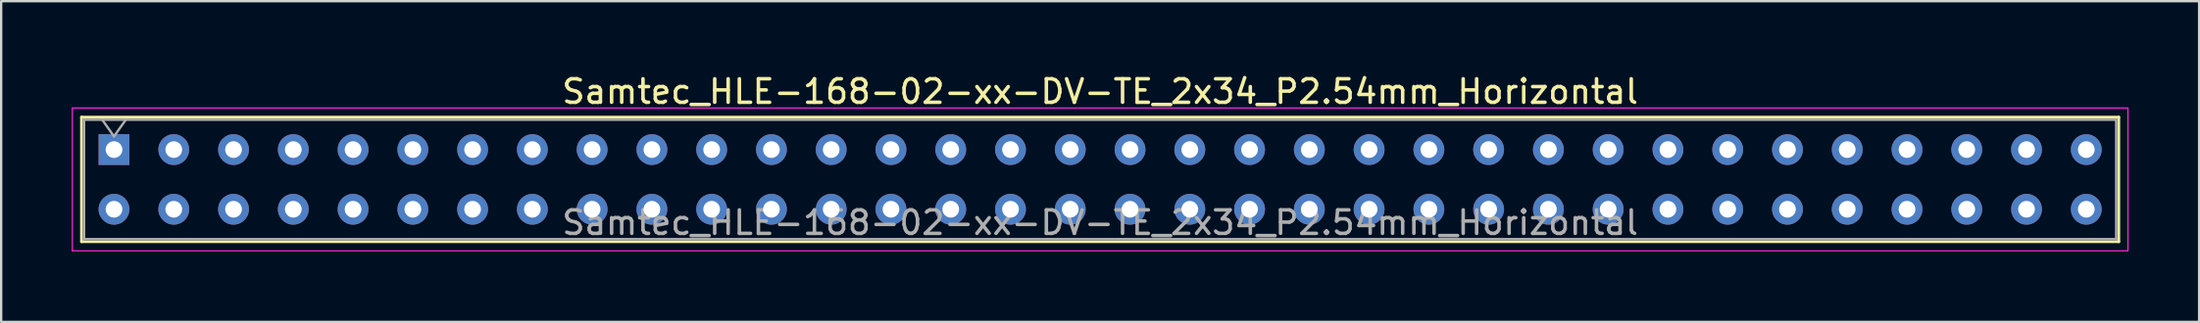
<source format=kicad_pcb>
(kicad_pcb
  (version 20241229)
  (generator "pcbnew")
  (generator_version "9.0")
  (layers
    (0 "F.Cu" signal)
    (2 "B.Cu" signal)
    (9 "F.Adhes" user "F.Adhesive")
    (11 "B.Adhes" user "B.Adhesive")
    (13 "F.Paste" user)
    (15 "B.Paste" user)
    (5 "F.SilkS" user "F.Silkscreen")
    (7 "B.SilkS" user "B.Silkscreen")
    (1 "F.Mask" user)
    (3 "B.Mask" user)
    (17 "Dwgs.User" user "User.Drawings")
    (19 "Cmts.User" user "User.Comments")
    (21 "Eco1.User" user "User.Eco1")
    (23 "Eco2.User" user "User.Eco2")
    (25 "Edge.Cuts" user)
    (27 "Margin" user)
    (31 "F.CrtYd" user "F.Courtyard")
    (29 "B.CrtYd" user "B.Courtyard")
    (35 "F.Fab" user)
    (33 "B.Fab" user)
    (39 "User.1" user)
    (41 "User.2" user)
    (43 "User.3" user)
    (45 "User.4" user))
  (footprint "Samtec_HLE-168-02-xx-DV-TE_2x34_P2.54mm_Horizontal"
    (layer "F.Cu")
    (at 1.795 3.318)
    (property "Reference" "Samtec_HLE-168-02-xx-DV-TE_2x34_P2.54mm_Horizontal" (at 41.91 -2.47 0) (layer "F.SilkS") (effects (font (size 1 1) (thickness 0.15))))
    (attr through_hole)
    (fp_line (start -1.38 -1.38) (end 85.2 -1.38) (stroke (width 0.12) (type solid)) (layer "F.SilkS"))
    (fp_line (start -1.38 3.92) (end -1.38 -1.38) (stroke (width 0.12) (type solid)) (layer "F.SilkS"))
    (fp_line (start 85.2 -1.38) (end 85.2 3.92) (stroke (width 0.12) (type solid)) (layer "F.SilkS"))
    (fp_line (start 85.2 3.92) (end -1.38 3.92) (stroke (width 0.12) (type solid)) (layer "F.SilkS"))
    (fp_line (start -1.77 -1.77) (end 85.59 -1.77) (stroke (width 0.05) (type solid)) (layer "F.CrtYd"))
    (fp_line (start -1.77 4.31) (end -1.77 -1.77) (stroke (width 0.05) (type solid)) (layer "F.CrtYd"))
    (fp_line (start 85.59 -1.77) (end 85.59 4.31) (stroke (width 0.05) (type solid)) (layer "F.CrtYd"))
    (fp_line (start 85.59 4.31) (end -1.77 4.31) (stroke (width 0.05) (type solid)) (layer "F.CrtYd"))
    (fp_line (start -1.27 -1.27) (end 85.09 -1.27) (stroke (width 0.1) (type solid)) (layer "F.Fab"))
    (fp_line (start -1.27 3.81) (end -1.27 -1.27) (stroke (width 0.1) (type solid)) (layer "F.Fab"))
    (fp_line (start -0.5 -1.27) (end 0 -0.563) (stroke (width 0.1) (type solid)) (layer "F.Fab"))
    (fp_line (start 0 -0.563) (end 0.5 -1.27) (stroke (width 0.1) (type solid)) (layer "F.Fab"))
    (fp_line (start 85.09 -1.27) (end 85.09 3.81) (stroke (width 0.1) (type solid)) (layer "F.Fab"))
    (fp_line (start 85.09 3.81) (end -1.27 3.81) (stroke (width 0.1) (type solid)) (layer "F.Fab"))
    (fp_text user "${REFERENCE}" (at 41.91 3.11 0) (layer "F.Fab") (effects (font (size 1 1) (thickness 0.15))))
    (pad "1" thru_hole rect (at 0 0) (size 1.31 1.31) (drill 0.71) (layers "*.Cu" "*.Mask"))
    (pad "2" thru_hole circle (at 0 2.54) (size 1.31 1.31) (drill 0.71) (layers "*.Cu" "*.Mask"))
    (pad "3" thru_hole circle (at 2.54 0) (size 1.31 1.31) (drill 0.71) (layers "*.Cu" "*.Mask"))
    (pad "4" thru_hole circle (at 2.54 2.54) (size 1.31 1.31) (drill 0.71) (layers "*.Cu" "*.Mask"))
    (pad "5" thru_hole circle (at 5.08 0) (size 1.31 1.31) (drill 0.71) (layers "*.Cu" "*.Mask"))
    (pad "6" thru_hole circle (at 5.08 2.54) (size 1.31 1.31) (drill 0.71) (layers "*.Cu" "*.Mask"))
    (pad "7" thru_hole circle (at 7.62 0) (size 1.31 1.31) (drill 0.71) (layers "*.Cu" "*.Mask"))
    (pad "8" thru_hole circle (at 7.62 2.54) (size 1.31 1.31) (drill 0.71) (layers "*.Cu" "*.Mask"))
    (pad "9" thru_hole circle (at 10.16 0) (size 1.31 1.31) (drill 0.71) (layers "*.Cu" "*.Mask"))
    (pad "10" thru_hole circle (at 10.16 2.54) (size 1.31 1.31) (drill 0.71) (layers "*.Cu" "*.Mask"))
    (pad "11" thru_hole circle (at 12.7 0) (size 1.31 1.31) (drill 0.71) (layers "*.Cu" "*.Mask"))
    (pad "12" thru_hole circle (at 12.7 2.54) (size 1.31 1.31) (drill 0.71) (layers "*.Cu" "*.Mask"))
    (pad "13" thru_hole circle (at 15.24 0) (size 1.31 1.31) (drill 0.71) (layers "*.Cu" "*.Mask"))
    (pad "14" thru_hole circle (at 15.24 2.54) (size 1.31 1.31) (drill 0.71) (layers "*.Cu" "*.Mask"))
    (pad "15" thru_hole circle (at 17.78 0) (size 1.31 1.31) (drill 0.71) (layers "*.Cu" "*.Mask"))
    (pad "16" thru_hole circle (at 17.78 2.54) (size 1.31 1.31) (drill 0.71) (layers "*.Cu" "*.Mask"))
    (pad "17" thru_hole circle (at 20.32 0) (size 1.31 1.31) (drill 0.71) (layers "*.Cu" "*.Mask"))
    (pad "18" thru_hole circle (at 20.32 2.54) (size 1.31 1.31) (drill 0.71) (layers "*.Cu" "*.Mask"))
    (pad "19" thru_hole circle (at 22.86 0) (size 1.31 1.31) (drill 0.71) (layers "*.Cu" "*.Mask"))
    (pad "20" thru_hole circle (at 22.86 2.54) (size 1.31 1.31) (drill 0.71) (layers "*.Cu" "*.Mask"))
    (pad "21" thru_hole circle (at 25.4 0) (size 1.31 1.31) (drill 0.71) (layers "*.Cu" "*.Mask"))
    (pad "22" thru_hole circle (at 25.4 2.54) (size 1.31 1.31) (drill 0.71) (layers "*.Cu" "*.Mask"))
    (pad "23" thru_hole circle (at 27.94 0) (size 1.31 1.31) (drill 0.71) (layers "*.Cu" "*.Mask"))
    (pad "24" thru_hole circle (at 27.94 2.54) (size 1.31 1.31) (drill 0.71) (layers "*.Cu" "*.Mask"))
    (pad "25" thru_hole circle (at 30.48 0) (size 1.31 1.31) (drill 0.71) (layers "*.Cu" "*.Mask"))
    (pad "26" thru_hole circle (at 30.48 2.54) (size 1.31 1.31) (drill 0.71) (layers "*.Cu" "*.Mask"))
    (pad "27" thru_hole circle (at 33.02 0) (size 1.31 1.31) (drill 0.71) (layers "*.Cu" "*.Mask"))
    (pad "28" thru_hole circle (at 33.02 2.54) (size 1.31 1.31) (drill 0.71) (layers "*.Cu" "*.Mask"))
    (pad "29" thru_hole circle (at 35.56 0) (size 1.31 1.31) (drill 0.71) (layers "*.Cu" "*.Mask"))
    (pad "30" thru_hole circle (at 35.56 2.54) (size 1.31 1.31) (drill 0.71) (layers "*.Cu" "*.Mask"))
    (pad "31" thru_hole circle (at 38.1 0) (size 1.31 1.31) (drill 0.71) (layers "*.Cu" "*.Mask"))
    (pad "32" thru_hole circle (at 38.1 2.54) (size 1.31 1.31) (drill 0.71) (layers "*.Cu" "*.Mask"))
    (pad "33" thru_hole circle (at 40.64 0) (size 1.31 1.31) (drill 0.71) (layers "*.Cu" "*.Mask"))
    (pad "34" thru_hole circle (at 40.64 2.54) (size 1.31 1.31) (drill 0.71) (layers "*.Cu" "*.Mask"))
    (pad "35" thru_hole circle (at 43.18 0) (size 1.31 1.31) (drill 0.71) (layers "*.Cu" "*.Mask"))
    (pad "36" thru_hole circle (at 43.18 2.54) (size 1.31 1.31) (drill 0.71) (layers "*.Cu" "*.Mask"))
    (pad "37" thru_hole circle (at 45.72 0) (size 1.31 1.31) (drill 0.71) (layers "*.Cu" "*.Mask"))
    (pad "38" thru_hole circle (at 45.72 2.54) (size 1.31 1.31) (drill 0.71) (layers "*.Cu" "*.Mask"))
    (pad "39" thru_hole circle (at 48.26 0) (size 1.31 1.31) (drill 0.71) (layers "*.Cu" "*.Mask"))
    (pad "40" thru_hole circle (at 48.26 2.54) (size 1.31 1.31) (drill 0.71) (layers "*.Cu" "*.Mask"))
    (pad "41" thru_hole circle (at 50.8 0) (size 1.31 1.31) (drill 0.71) (layers "*.Cu" "*.Mask"))
    (pad "42" thru_hole circle (at 50.8 2.54) (size 1.31 1.31) (drill 0.71) (layers "*.Cu" "*.Mask"))
    (pad "43" thru_hole circle (at 53.34 0) (size 1.31 1.31) (drill 0.71) (layers "*.Cu" "*.Mask"))
    (pad "44" thru_hole circle (at 53.34 2.54) (size 1.31 1.31) (drill 0.71) (layers "*.Cu" "*.Mask"))
    (pad "45" thru_hole circle (at 55.88 0) (size 1.31 1.31) (drill 0.71) (layers "*.Cu" "*.Mask"))
    (pad "46" thru_hole circle (at 55.88 2.54) (size 1.31 1.31) (drill 0.71) (layers "*.Cu" "*.Mask"))
    (pad "47" thru_hole circle (at 58.42 0) (size 1.31 1.31) (drill 0.71) (layers "*.Cu" "*.Mask"))
    (pad "48" thru_hole circle (at 58.42 2.54) (size 1.31 1.31) (drill 0.71) (layers "*.Cu" "*.Mask"))
    (pad "49" thru_hole circle (at 60.96 0) (size 1.31 1.31) (drill 0.71) (layers "*.Cu" "*.Mask"))
    (pad "50" thru_hole circle (at 60.96 2.54) (size 1.31 1.31) (drill 0.71) (layers "*.Cu" "*.Mask"))
    (pad "51" thru_hole circle (at 63.5 0) (size 1.31 1.31) (drill 0.71) (layers "*.Cu" "*.Mask"))
    (pad "52" thru_hole circle (at 63.5 2.54) (size 1.31 1.31) (drill 0.71) (layers "*.Cu" "*.Mask"))
    (pad "53" thru_hole circle (at 66.04 0) (size 1.31 1.31) (drill 0.71) (layers "*.Cu" "*.Mask"))
    (pad "54" thru_hole circle (at 66.04 2.54) (size 1.31 1.31) (drill 0.71) (layers "*.Cu" "*.Mask"))
    (pad "55" thru_hole circle (at 68.58 0) (size 1.31 1.31) (drill 0.71) (layers "*.Cu" "*.Mask"))
    (pad "56" thru_hole circle (at 68.58 2.54) (size 1.31 1.31) (drill 0.71) (layers "*.Cu" "*.Mask"))
    (pad "57" thru_hole circle (at 71.12 0) (size 1.31 1.31) (drill 0.71) (layers "*.Cu" "*.Mask"))
    (pad "58" thru_hole circle (at 71.12 2.54) (size 1.31 1.31) (drill 0.71) (layers "*.Cu" "*.Mask"))
    (pad "59" thru_hole circle (at 73.66 0) (size 1.31 1.31) (drill 0.71) (layers "*.Cu" "*.Mask"))
    (pad "60" thru_hole circle (at 73.66 2.54) (size 1.31 1.31) (drill 0.71) (layers "*.Cu" "*.Mask"))
    (pad "61" thru_hole circle (at 76.2 0) (size 1.31 1.31) (drill 0.71) (layers "*.Cu" "*.Mask"))
    (pad "62" thru_hole circle (at 76.2 2.54) (size 1.31 1.31) (drill 0.71) (layers "*.Cu" "*.Mask"))
    (pad "63" thru_hole circle (at 78.74 0) (size 1.31 1.31) (drill 0.71) (layers "*.Cu" "*.Mask"))
    (pad "64" thru_hole circle (at 78.74 2.54) (size 1.31 1.31) (drill 0.71) (layers "*.Cu" "*.Mask"))
    (pad "65" thru_hole circle (at 81.28 0) (size 1.31 1.31) (drill 0.71) (layers "*.Cu" "*.Mask"))
    (pad "66" thru_hole circle (at 81.28 2.54) (size 1.31 1.31) (drill 0.71) (layers "*.Cu" "*.Mask"))
    (pad "67" thru_hole circle (at 83.82 0) (size 1.31 1.31) (drill 0.71) (layers "*.Cu" "*.Mask"))
    (pad "68" thru_hole circle (at 83.82 2.54) (size 1.31 1.31) (drill 0.71) (layers "*.Cu" "*.Mask")))
  (gr_rect
    (start -3 -3)
    (end 90.41 10.653)
    (stroke (width 0.1) (type default))
    (fill no)
    (layer "Edge.Cuts")))
</source>
